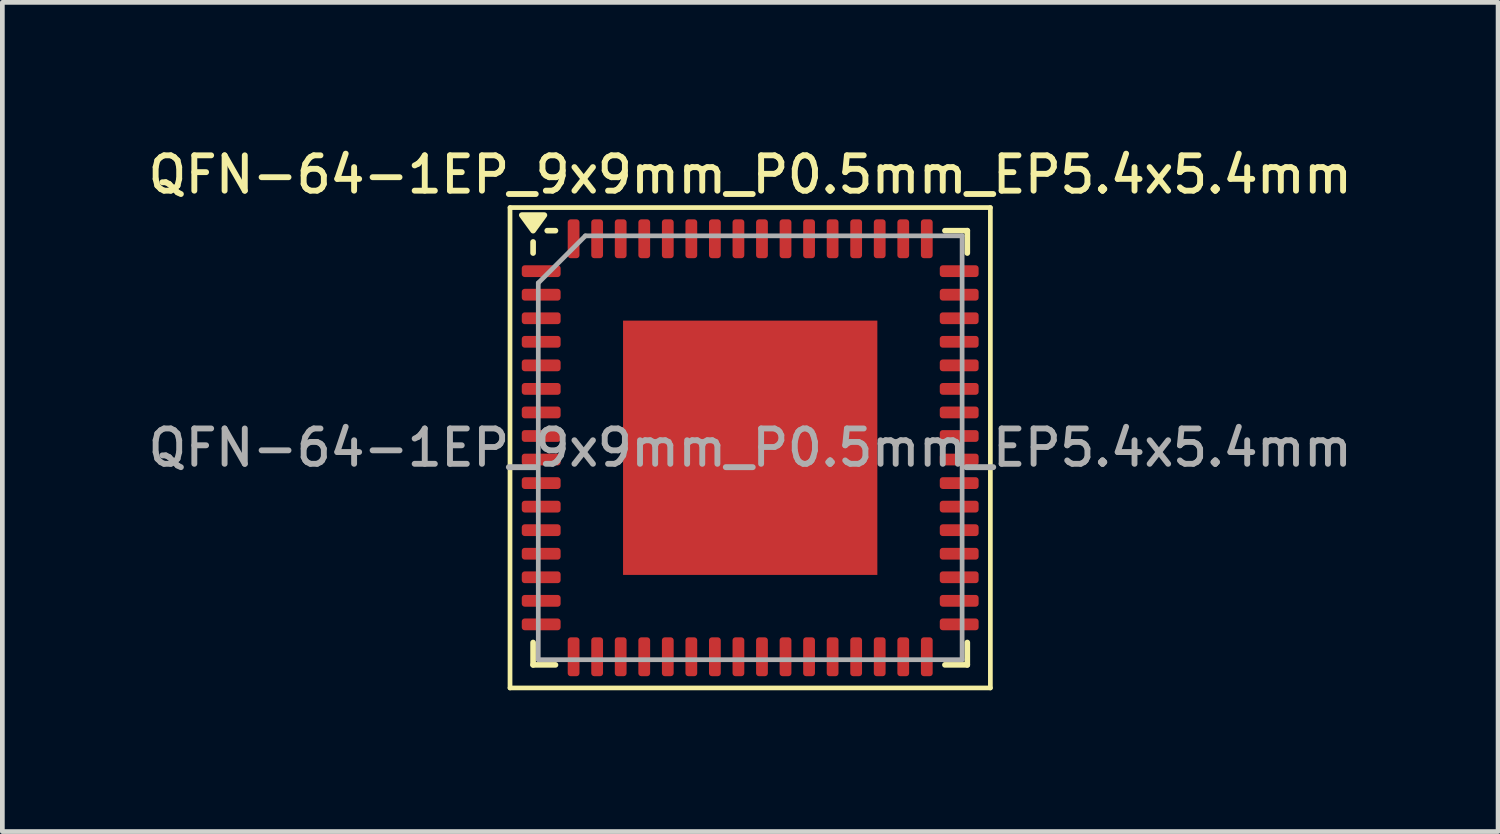
<source format=kicad_pcb>
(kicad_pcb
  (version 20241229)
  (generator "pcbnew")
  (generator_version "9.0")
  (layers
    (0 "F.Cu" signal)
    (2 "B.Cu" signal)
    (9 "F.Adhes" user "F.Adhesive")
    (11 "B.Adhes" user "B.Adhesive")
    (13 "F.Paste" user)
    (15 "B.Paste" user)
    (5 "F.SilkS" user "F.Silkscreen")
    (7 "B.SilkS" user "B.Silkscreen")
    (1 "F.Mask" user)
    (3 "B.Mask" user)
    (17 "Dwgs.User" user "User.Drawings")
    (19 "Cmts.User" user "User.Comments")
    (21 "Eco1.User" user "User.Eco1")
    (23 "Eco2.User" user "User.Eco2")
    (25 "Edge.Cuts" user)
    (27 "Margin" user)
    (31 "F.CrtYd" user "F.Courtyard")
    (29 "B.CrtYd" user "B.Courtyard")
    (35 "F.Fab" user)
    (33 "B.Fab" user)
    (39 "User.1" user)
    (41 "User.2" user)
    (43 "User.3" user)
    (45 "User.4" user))
  (footprint "QFN-64-1EP_9x9mm_P0.5mm_EP5.4x5.4mm"
    (layer "F.Cu")
    (at 12.88 6.458)
    (property "Reference" "QFN-64-1EP_9x9mm_P0.5mm_EP5.4x5.4mm" (at 0 -5.8 0) (layer "F.SilkS") (effects (font (size 0.75 0.75) (thickness 0.125))))
    (attr smd)
    (fp_line (start -5.1 -5.1) (end -5.1 5.1) (stroke (width 0.1) (type solid)) (layer "F.SilkS"))
    (fp_line (start -5.1 5.1) (end 5.1 5.1) (stroke (width 0.1) (type solid)) (layer "F.SilkS"))
    (fp_line (start -4.61 -4.135) (end -4.61 -4.37) (stroke (width 0.12) (type solid)) (layer "F.SilkS"))
    (fp_line (start -4.61 4.61) (end -4.61 4.135) (stroke (width 0.12) (type solid)) (layer "F.SilkS"))
    (fp_line (start -4.135 -4.61) (end -4.31 -4.61) (stroke (width 0.12) (type solid)) (layer "F.SilkS"))
    (fp_line (start -4.135 4.61) (end -4.61 4.61) (stroke (width 0.12) (type solid)) (layer "F.SilkS"))
    (fp_line (start 4.135 -4.61) (end 4.61 -4.61) (stroke (width 0.12) (type solid)) (layer "F.SilkS"))
    (fp_line (start 4.135 4.61) (end 4.61 4.61) (stroke (width 0.12) (type solid)) (layer "F.SilkS"))
    (fp_line (start 4.61 -4.61) (end 4.61 -4.135) (stroke (width 0.12) (type solid)) (layer "F.SilkS"))
    (fp_line (start 4.61 4.61) (end 4.61 4.135) (stroke (width 0.12) (type solid)) (layer "F.SilkS"))
    (fp_line (start 5.1 -5.1) (end -5.1 -5.1) (stroke (width 0.1) (type solid)) (layer "F.SilkS"))
    (fp_line (start 5.1 5.1) (end 5.1 -5.1) (stroke (width 0.1) (type solid)) (layer "F.SilkS"))
    (fp_poly (pts (xy -4.61 -4.61) (xy -4.85 -4.94) (xy -4.37 -4.94) (xy -4.61 -4.61)) (stroke (width 0.12) (type solid)) (fill yes) (layer "F.SilkS"))
    (fp_line (start -4.5 -3.5) (end -3.5 -4.5) (stroke (width 0.1) (type solid)) (layer "F.Fab"))
    (fp_line (start -4.5 4.5) (end -4.5 -3.5) (stroke (width 0.1) (type solid)) (layer "F.Fab"))
    (fp_line (start -3.5 -4.5) (end 4.5 -4.5) (stroke (width 0.1) (type solid)) (layer "F.Fab"))
    (fp_line (start 4.5 -4.5) (end 4.5 4.5) (stroke (width 0.1) (type solid)) (layer "F.Fab"))
    (fp_line (start 4.5 4.5) (end -4.5 4.5) (stroke (width 0.1) (type solid)) (layer "F.Fab"))
    (fp_text user "${REFERENCE}" (at 0 0 0) (layer "F.Fab") (effects (font (size 0.75 0.75) (thickness 0.125))))
    (pad "" smd roundrect (at -2.025 -2.025) (size 1.09 1.09) (layers "F.Paste") (roundrect_rratio 0.229))
    (pad "" smd roundrect (at -2.025 -0.675) (size 1.09 1.09) (layers "F.Paste") (roundrect_rratio 0.229))
    (pad "" smd roundrect (at -2.025 0.675) (size 1.09 1.09) (layers "F.Paste") (roundrect_rratio 0.229))
    (pad "" smd roundrect (at -2.025 2.025) (size 1.09 1.09) (layers "F.Paste") (roundrect_rratio 0.229))
    (pad "" smd roundrect (at -0.675 -2.025) (size 1.09 1.09) (layers "F.Paste") (roundrect_rratio 0.229))
    (pad "" smd roundrect (at -0.675 -0.675) (size 1.09 1.09) (layers "F.Paste") (roundrect_rratio 0.229))
    (pad "" smd roundrect (at -0.675 0.675) (size 1.09 1.09) (layers "F.Paste") (roundrect_rratio 0.229))
    (pad "" smd roundrect (at -0.675 2.025) (size 1.09 1.09) (layers "F.Paste") (roundrect_rratio 0.229))
    (pad "" smd roundrect (at 0.675 -2.025) (size 1.09 1.09) (layers "F.Paste") (roundrect_rratio 0.229))
    (pad "" smd roundrect (at 0.675 -0.675) (size 1.09 1.09) (layers "F.Paste") (roundrect_rratio 0.229))
    (pad "" smd roundrect (at 0.675 0.675) (size 1.09 1.09) (layers "F.Paste") (roundrect_rratio 0.229))
    (pad "" smd roundrect (at 0.675 2.025) (size 1.09 1.09) (layers "F.Paste") (roundrect_rratio 0.229))
    (pad "" smd roundrect (at 2.025 -2.025) (size 1.09 1.09) (layers "F.Paste") (roundrect_rratio 0.229))
    (pad "" smd roundrect (at 2.025 -0.675) (size 1.09 1.09) (layers "F.Paste") (roundrect_rratio 0.229))
    (pad "" smd roundrect (at 2.025 0.675) (size 1.09 1.09) (layers "F.Paste") (roundrect_rratio 0.229))
    (pad "" smd roundrect (at 2.025 2.025) (size 1.09 1.09) (layers "F.Paste") (roundrect_rratio 0.229))
    (pad "1" smd roundrect (at -4.438 -3.75) (size 0.825 0.25) (layers "F.Cu" "F.Mask" "F.Paste") (roundrect_rratio 0.25))
    (pad "2" smd roundrect (at -4.438 -3.25) (size 0.825 0.25) (layers "F.Cu" "F.Mask" "F.Paste") (roundrect_rratio 0.25))
    (pad "3" smd roundrect (at -4.438 -2.75) (size 0.825 0.25) (layers "F.Cu" "F.Mask" "F.Paste") (roundrect_rratio 0.25))
    (pad "4" smd roundrect (at -4.438 -2.25) (size 0.825 0.25) (layers "F.Cu" "F.Mask" "F.Paste") (roundrect_rratio 0.25))
    (pad "5" smd roundrect (at -4.438 -1.75) (size 0.825 0.25) (layers "F.Cu" "F.Mask" "F.Paste") (roundrect_rratio 0.25))
    (pad "6" smd roundrect (at -4.438 -1.25) (size 0.825 0.25) (layers "F.Cu" "F.Mask" "F.Paste") (roundrect_rratio 0.25))
    (pad "7" smd roundrect (at -4.438 -0.75) (size 0.825 0.25) (layers "F.Cu" "F.Mask" "F.Paste") (roundrect_rratio 0.25))
    (pad "8" smd roundrect (at -4.438 -0.25) (size 0.825 0.25) (layers "F.Cu" "F.Mask" "F.Paste") (roundrect_rratio 0.25))
    (pad "9" smd roundrect (at -4.438 0.25) (size 0.825 0.25) (layers "F.Cu" "F.Mask" "F.Paste") (roundrect_rratio 0.25))
    (pad "10" smd roundrect (at -4.438 0.75) (size 0.825 0.25) (layers "F.Cu" "F.Mask" "F.Paste") (roundrect_rratio 0.25))
    (pad "11" smd roundrect (at -4.438 1.25) (size 0.825 0.25) (layers "F.Cu" "F.Mask" "F.Paste") (roundrect_rratio 0.25))
    (pad "12" smd roundrect (at -4.438 1.75) (size 0.825 0.25) (layers "F.Cu" "F.Mask" "F.Paste") (roundrect_rratio 0.25))
    (pad "13" smd roundrect (at -4.438 2.25) (size 0.825 0.25) (layers "F.Cu" "F.Mask" "F.Paste") (roundrect_rratio 0.25))
    (pad "14" smd roundrect (at -4.438 2.75) (size 0.825 0.25) (layers "F.Cu" "F.Mask" "F.Paste") (roundrect_rratio 0.25))
    (pad "15" smd roundrect (at -4.438 3.25) (size 0.825 0.25) (layers "F.Cu" "F.Mask" "F.Paste") (roundrect_rratio 0.25))
    (pad "16" smd roundrect (at -4.438 3.75) (size 0.825 0.25) (layers "F.Cu" "F.Mask" "F.Paste") (roundrect_rratio 0.25))
    (pad "17" smd roundrect (at -3.75 4.438) (size 0.25 0.825) (layers "F.Cu" "F.Mask" "F.Paste") (roundrect_rratio 0.25))
    (pad "18" smd roundrect (at -3.25 4.438) (size 0.25 0.825) (layers "F.Cu" "F.Mask" "F.Paste") (roundrect_rratio 0.25))
    (pad "19" smd roundrect (at -2.75 4.438) (size 0.25 0.825) (layers "F.Cu" "F.Mask" "F.Paste") (roundrect_rratio 0.25))
    (pad "20" smd roundrect (at -2.25 4.438) (size 0.25 0.825) (layers "F.Cu" "F.Mask" "F.Paste") (roundrect_rratio 0.25))
    (pad "21" smd roundrect (at -1.75 4.438) (size 0.25 0.825) (layers "F.Cu" "F.Mask" "F.Paste") (roundrect_rratio 0.25))
    (pad "22" smd roundrect (at -1.25 4.438) (size 0.25 0.825) (layers "F.Cu" "F.Mask" "F.Paste") (roundrect_rratio 0.25))
    (pad "23" smd roundrect (at -0.75 4.438) (size 0.25 0.825) (layers "F.Cu" "F.Mask" "F.Paste") (roundrect_rratio 0.25))
    (pad "24" smd roundrect (at -0.25 4.438) (size 0.25 0.825) (layers "F.Cu" "F.Mask" "F.Paste") (roundrect_rratio 0.25))
    (pad "25" smd roundrect (at 0.25 4.438) (size 0.25 0.825) (layers "F.Cu" "F.Mask" "F.Paste") (roundrect_rratio 0.25))
    (pad "26" smd roundrect (at 0.75 4.438) (size 0.25 0.825) (layers "F.Cu" "F.Mask" "F.Paste") (roundrect_rratio 0.25))
    (pad "27" smd roundrect (at 1.25 4.438) (size 0.25 0.825) (layers "F.Cu" "F.Mask" "F.Paste") (roundrect_rratio 0.25))
    (pad "28" smd roundrect (at 1.75 4.438) (size 0.25 0.825) (layers "F.Cu" "F.Mask" "F.Paste") (roundrect_rratio 0.25))
    (pad "29" smd roundrect (at 2.25 4.438) (size 0.25 0.825) (layers "F.Cu" "F.Mask" "F.Paste") (roundrect_rratio 0.25))
    (pad "30" smd roundrect (at 2.75 4.438) (size 0.25 0.825) (layers "F.Cu" "F.Mask" "F.Paste") (roundrect_rratio 0.25))
    (pad "31" smd roundrect (at 3.25 4.438) (size 0.25 0.825) (layers "F.Cu" "F.Mask" "F.Paste") (roundrect_rratio 0.25))
    (pad "32" smd roundrect (at 3.75 4.438) (size 0.25 0.825) (layers "F.Cu" "F.Mask" "F.Paste") (roundrect_rratio 0.25))
    (pad "33" smd roundrect (at 4.438 3.75) (size 0.825 0.25) (layers "F.Cu" "F.Mask" "F.Paste") (roundrect_rratio 0.25))
    (pad "34" smd roundrect (at 4.438 3.25) (size 0.825 0.25) (layers "F.Cu" "F.Mask" "F.Paste") (roundrect_rratio 0.25))
    (pad "35" smd roundrect (at 4.438 2.75) (size 0.825 0.25) (layers "F.Cu" "F.Mask" "F.Paste") (roundrect_rratio 0.25))
    (pad "36" smd roundrect (at 4.438 2.25) (size 0.825 0.25) (layers "F.Cu" "F.Mask" "F.Paste") (roundrect_rratio 0.25))
    (pad "37" smd roundrect (at 4.438 1.75) (size 0.825 0.25) (layers "F.Cu" "F.Mask" "F.Paste") (roundrect_rratio 0.25))
    (pad "38" smd roundrect (at 4.438 1.25) (size 0.825 0.25) (layers "F.Cu" "F.Mask" "F.Paste") (roundrect_rratio 0.25))
    (pad "39" smd roundrect (at 4.438 0.75) (size 0.825 0.25) (layers "F.Cu" "F.Mask" "F.Paste") (roundrect_rratio 0.25))
    (pad "40" smd roundrect (at 4.438 0.25) (size 0.825 0.25) (layers "F.Cu" "F.Mask" "F.Paste") (roundrect_rratio 0.25))
    (pad "41" smd roundrect (at 4.438 -0.25) (size 0.825 0.25) (layers "F.Cu" "F.Mask" "F.Paste") (roundrect_rratio 0.25))
    (pad "42" smd roundrect (at 4.438 -0.75) (size 0.825 0.25) (layers "F.Cu" "F.Mask" "F.Paste") (roundrect_rratio 0.25))
    (pad "43" smd roundrect (at 4.438 -1.25) (size 0.825 0.25) (layers "F.Cu" "F.Mask" "F.Paste") (roundrect_rratio 0.25))
    (pad "44" smd roundrect (at 4.438 -1.75) (size 0.825 0.25) (layers "F.Cu" "F.Mask" "F.Paste") (roundrect_rratio 0.25))
    (pad "45" smd roundrect (at 4.438 -2.25) (size 0.825 0.25) (layers "F.Cu" "F.Mask" "F.Paste") (roundrect_rratio 0.25))
    (pad "46" smd roundrect (at 4.438 -2.75) (size 0.825 0.25) (layers "F.Cu" "F.Mask" "F.Paste") (roundrect_rratio 0.25))
    (pad "47" smd roundrect (at 4.438 -3.25) (size 0.825 0.25) (layers "F.Cu" "F.Mask" "F.Paste") (roundrect_rratio 0.25))
    (pad "48" smd roundrect (at 4.438 -3.75) (size 0.825 0.25) (layers "F.Cu" "F.Mask" "F.Paste") (roundrect_rratio 0.25))
    (pad "49" smd roundrect (at 3.75 -4.438) (size 0.25 0.825) (layers "F.Cu" "F.Mask" "F.Paste") (roundrect_rratio 0.25))
    (pad "50" smd roundrect (at 3.25 -4.438) (size 0.25 0.825) (layers "F.Cu" "F.Mask" "F.Paste") (roundrect_rratio 0.25))
    (pad "51" smd roundrect (at 2.75 -4.438) (size 0.25 0.825) (layers "F.Cu" "F.Mask" "F.Paste") (roundrect_rratio 0.25))
    (pad "52" smd roundrect (at 2.25 -4.438) (size 0.25 0.825) (layers "F.Cu" "F.Mask" "F.Paste") (roundrect_rratio 0.25))
    (pad "53" smd roundrect (at 1.75 -4.438) (size 0.25 0.825) (layers "F.Cu" "F.Mask" "F.Paste") (roundrect_rratio 0.25))
    (pad "54" smd roundrect (at 1.25 -4.438) (size 0.25 0.825) (layers "F.Cu" "F.Mask" "F.Paste") (roundrect_rratio 0.25))
    (pad "55" smd roundrect (at 0.75 -4.438) (size 0.25 0.825) (layers "F.Cu" "F.Mask" "F.Paste") (roundrect_rratio 0.25))
    (pad "56" smd roundrect (at 0.25 -4.438) (size 0.25 0.825) (layers "F.Cu" "F.Mask" "F.Paste") (roundrect_rratio 0.25))
    (pad "57" smd roundrect (at -0.25 -4.438) (size 0.25 0.825) (layers "F.Cu" "F.Mask" "F.Paste") (roundrect_rratio 0.25))
    (pad "58" smd roundrect (at -0.75 -4.438) (size 0.25 0.825) (layers "F.Cu" "F.Mask" "F.Paste") (roundrect_rratio 0.25))
    (pad "59" smd roundrect (at -1.25 -4.438) (size 0.25 0.825) (layers "F.Cu" "F.Mask" "F.Paste") (roundrect_rratio 0.25))
    (pad "60" smd roundrect (at -1.75 -4.438) (size 0.25 0.825) (layers "F.Cu" "F.Mask" "F.Paste") (roundrect_rratio 0.25))
    (pad "61" smd roundrect (at -2.25 -4.438) (size 0.25 0.825) (layers "F.Cu" "F.Mask" "F.Paste") (roundrect_rratio 0.25))
    (pad "62" smd roundrect (at -2.75 -4.438) (size 0.25 0.825) (layers "F.Cu" "F.Mask" "F.Paste") (roundrect_rratio 0.25))
    (pad "63" smd roundrect (at -3.25 -4.438) (size 0.25 0.825) (layers "F.Cu" "F.Mask" "F.Paste") (roundrect_rratio 0.25))
    (pad "64" smd roundrect (at -3.75 -4.438) (size 0.25 0.825) (layers "F.Cu" "F.Mask" "F.Paste") (roundrect_rratio 0.25))
    (pad "65" smd rect (at 0 0) (size 5.4 5.4) (property pad_prop_heatsink) (layers "F.Cu" "F.Mask")))
  (gr_rect
    (start -3 -3)
    (end 28.761 14.608)
    (stroke (width 0.1) (type default))
    (fill no)
    (layer "Edge.Cuts")))
</source>
